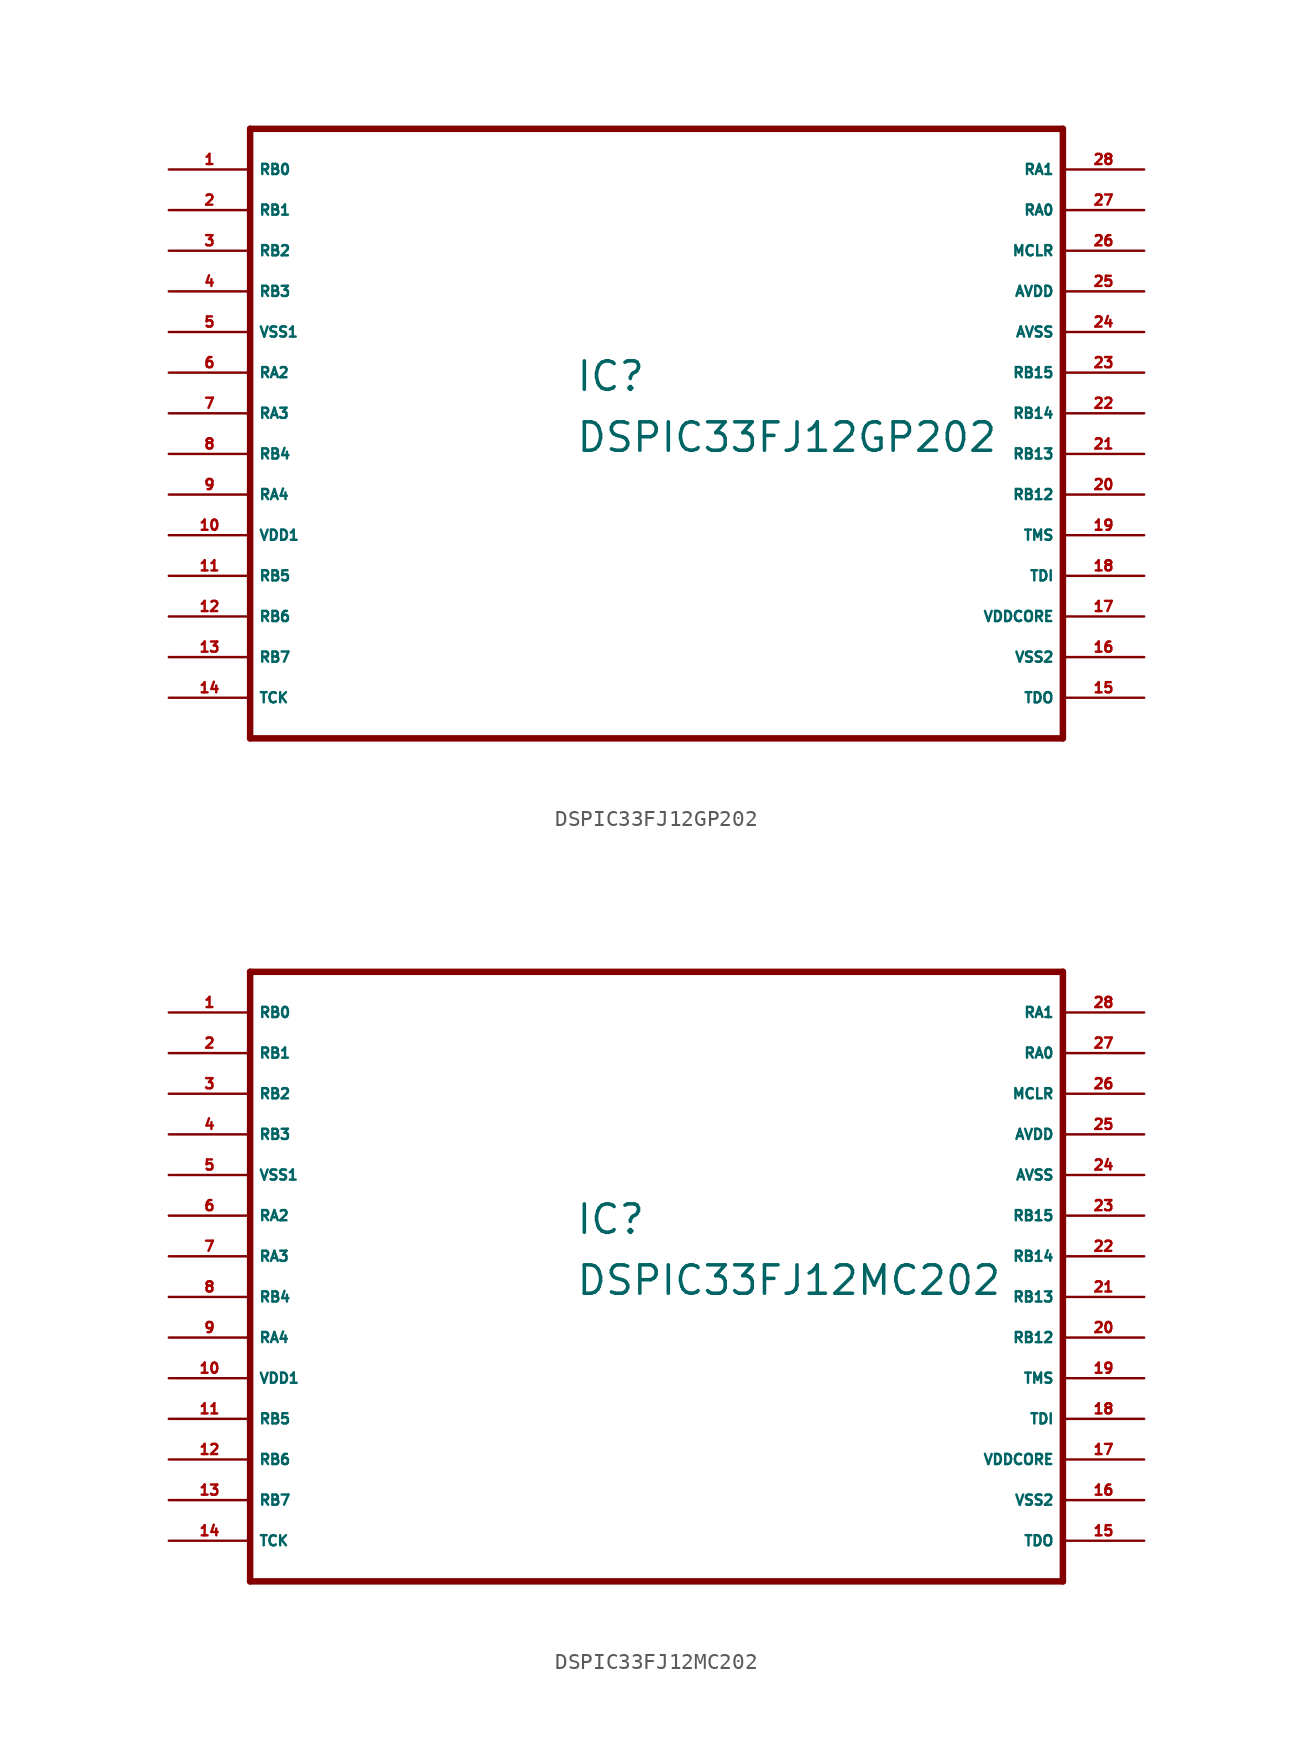
<source format=kicad_sym>
(kicad_symbol_lib
  (version 20220914)
  (generator Eagle2Kicad)
  (symbol "DSPIC33FJ12GP202"
    (property "Reference" "IC"
      (at -5.08 1.27 0)
      (effects (font (size 1.778 1.778) (thickness 0.22)) (justify left bottom)))
    (property "Value" "DSPIC33FJ12GP202"
      (at -5.08 -2.54 0)
      (effects (font (size 1.778 1.778) (thickness 0.22)) (justify left bottom)))
    (polyline
      (pts (xy -25.4 -20.32) (xy 25.4 -20.32))
      (stroke (width 0.406) (type default))
      (fill (type none)))
    (polyline
      (pts (xy 25.4 -20.32) (xy 25.4 17.78))
      (stroke (width 0.406) (type default))
      (fill (type none)))
    (polyline
      (pts (xy 25.4 17.78) (xy -25.4 17.78))
      (stroke (width 0.406) (type default))
      (fill (type none)))
    (polyline
      (pts (xy -25.4 17.78) (xy -25.4 -20.32))
      (stroke (width 0.406) (type default))
      (fill (type none)))
    (pin bidirectional line
      (at -30.48 15.24 0)
      (length 5.08)
      (name "RB0" (effects (font (size 0.635 0.635) (thickness 0.08)) (justify left bottom)))
      (number "1" (effects (font (size 0.635 0.635) (thickness 0.08)) (justify left bottom))))
    (pin bidirectional line
      (at -30.48 12.7 0)
      (length 5.08)
      (name "RB1" (effects (font (size 0.635 0.635) (thickness 0.08)) (justify left bottom)))
      (number "2" (effects (font (size 0.635 0.635) (thickness 0.08)) (justify left bottom))))
    (pin bidirectional line
      (at -30.48 10.16 0)
      (length 5.08)
      (name "RB2" (effects (font (size 0.635 0.635) (thickness 0.08)) (justify left bottom)))
      (number "3" (effects (font (size 0.635 0.635) (thickness 0.08)) (justify left bottom))))
    (pin bidirectional line
      (at -30.48 7.62 0)
      (length 5.08)
      (name "RB3" (effects (font (size 0.635 0.635) (thickness 0.08)) (justify left bottom)))
      (number "4" (effects (font (size 0.635 0.635) (thickness 0.08)) (justify left bottom))))
    (pin unspecified line
      (at -30.48 5.08 0)
      (length 5.08)
      (name "VSS1" (effects (font (size 0.635 0.635) (thickness 0.08)) (justify left bottom)))
      (number "5" (effects (font (size 0.635 0.635) (thickness 0.08)) (justify left bottom))))
    (pin bidirectional line
      (at -30.48 2.54 0)
      (length 5.08)
      (name "RA2" (effects (font (size 0.635 0.635) (thickness 0.08)) (justify left bottom)))
      (number "6" (effects (font (size 0.635 0.635) (thickness 0.08)) (justify left bottom))))
    (pin bidirectional line
      (at -30.48 0 0)
      (length 5.08)
      (name "RA3" (effects (font (size 0.635 0.635) (thickness 0.08)) (justify left bottom)))
      (number "7" (effects (font (size 0.635 0.635) (thickness 0.08)) (justify left bottom))))
    (pin bidirectional line
      (at -30.48 -2.54 0)
      (length 5.08)
      (name "RB4" (effects (font (size 0.635 0.635) (thickness 0.08)) (justify left bottom)))
      (number "8" (effects (font (size 0.635 0.635) (thickness 0.08)) (justify left bottom))))
    (pin bidirectional line
      (at -30.48 -5.08 0)
      (length 5.08)
      (name "RA4" (effects (font (size 0.635 0.635) (thickness 0.08)) (justify left bottom)))
      (number "9" (effects (font (size 0.635 0.635) (thickness 0.08)) (justify left bottom))))
    (pin unspecified line
      (at -30.48 -7.62 0)
      (length 5.08)
      (name "VDD1" (effects (font (size 0.635 0.635) (thickness 0.08)) (justify left bottom)))
      (number "10" (effects (font (size 0.635 0.635) (thickness 0.08)) (justify left bottom))))
    (pin bidirectional line
      (at -30.48 -10.16 0)
      (length 5.08)
      (name "RB5" (effects (font (size 0.635 0.635) (thickness 0.08)) (justify left bottom)))
      (number "11" (effects (font (size 0.635 0.635) (thickness 0.08)) (justify left bottom))))
    (pin bidirectional line
      (at -30.48 -12.7 0)
      (length 5.08)
      (name "RB6" (effects (font (size 0.635 0.635) (thickness 0.08)) (justify left bottom)))
      (number "12" (effects (font (size 0.635 0.635) (thickness 0.08)) (justify left bottom))))
    (pin bidirectional line
      (at -30.48 -15.24 0)
      (length 5.08)
      (name "RB7" (effects (font (size 0.635 0.635) (thickness 0.08)) (justify left bottom)))
      (number "13" (effects (font (size 0.635 0.635) (thickness 0.08)) (justify left bottom))))
    (pin input line
      (at -30.48 -17.78 0)
      (length 5.08)
      (name "TCK" (effects (font (size 0.635 0.635) (thickness 0.08)) (justify left bottom)))
      (number "14" (effects (font (size 0.635 0.635) (thickness 0.08)) (justify left bottom))))
    (pin output line
      (at 30.48 -17.78 180)
      (length 5.08)
      (name "TDO" (effects (font (size 0.635 0.635) (thickness 0.08)) (justify left bottom)))
      (number "15" (effects (font (size 0.635 0.635) (thickness 0.08)) (justify left bottom))))
    (pin unspecified line
      (at 30.48 -15.24 180)
      (length 5.08)
      (name "VSS2" (effects (font (size 0.635 0.635) (thickness 0.08)) (justify left bottom)))
      (number "16" (effects (font (size 0.635 0.635) (thickness 0.08)) (justify left bottom))))
    (pin unspecified line
      (at 30.48 -12.7 180)
      (length 5.08)
      (name "VDDCORE" (effects (font (size 0.635 0.635) (thickness 0.08)) (justify left bottom)))
      (number "17" (effects (font (size 0.635 0.635) (thickness 0.08)) (justify left bottom))))
    (pin input line
      (at 30.48 -10.16 180)
      (length 5.08)
      (name "TDI" (effects (font (size 0.635 0.635) (thickness 0.08)) (justify left bottom)))
      (number "18" (effects (font (size 0.635 0.635) (thickness 0.08)) (justify left bottom))))
    (pin input line
      (at 30.48 -7.62 180)
      (length 5.08)
      (name "TMS" (effects (font (size 0.635 0.635) (thickness 0.08)) (justify left bottom)))
      (number "19" (effects (font (size 0.635 0.635) (thickness 0.08)) (justify left bottom))))
    (pin bidirectional line
      (at 30.48 -5.08 180)
      (length 5.08)
      (name "RB12" (effects (font (size 0.635 0.635) (thickness 0.08)) (justify left bottom)))
      (number "20" (effects (font (size 0.635 0.635) (thickness 0.08)) (justify left bottom))))
    (pin bidirectional line
      (at 30.48 -2.54 180)
      (length 5.08)
      (name "RB13" (effects (font (size 0.635 0.635) (thickness 0.08)) (justify left bottom)))
      (number "21" (effects (font (size 0.635 0.635) (thickness 0.08)) (justify left bottom))))
    (pin bidirectional line
      (at 30.48 0 180)
      (length 5.08)
      (name "RB14" (effects (font (size 0.635 0.635) (thickness 0.08)) (justify left bottom)))
      (number "22" (effects (font (size 0.635 0.635) (thickness 0.08)) (justify left bottom))))
    (pin bidirectional line
      (at 30.48 2.54 180)
      (length 5.08)
      (name "RB15" (effects (font (size 0.635 0.635) (thickness 0.08)) (justify left bottom)))
      (number "23" (effects (font (size 0.635 0.635) (thickness 0.08)) (justify left bottom))))
    (pin unspecified line
      (at 30.48 5.08 180)
      (length 5.08)
      (name "AVSS" (effects (font (size 0.635 0.635) (thickness 0.08)) (justify left bottom)))
      (number "24" (effects (font (size 0.635 0.635) (thickness 0.08)) (justify left bottom))))
    (pin unspecified line
      (at 30.48 7.62 180)
      (length 5.08)
      (name "AVDD" (effects (font (size 0.635 0.635) (thickness 0.08)) (justify left bottom)))
      (number "25" (effects (font (size 0.635 0.635) (thickness 0.08)) (justify left bottom))))
    (pin bidirectional line
      (at 30.48 10.16 180)
      (length 5.08)
      (name "MCLR" (effects (font (size 0.635 0.635) (thickness 0.08)) (justify left bottom)))
      (number "26" (effects (font (size 0.635 0.635) (thickness 0.08)) (justify left bottom))))
    (pin bidirectional line
      (at 30.48 12.7 180)
      (length 5.08)
      (name "RA0" (effects (font (size 0.635 0.635) (thickness 0.08)) (justify left bottom)))
      (number "27" (effects (font (size 0.635 0.635) (thickness 0.08)) (justify left bottom))))
    (pin bidirectional line
      (at 30.48 15.24 180)
      (length 5.08)
      (name "RA1" (effects (font (size 0.635 0.635) (thickness 0.08)) (justify left bottom)))
      (number "28" (effects (font (size 0.635 0.635) (thickness 0.08)) (justify left bottom)))))
  (symbol "DSPIC33FJ12MC202"
    (property "Reference" "IC"
      (at -5.08 1.27 0)
      (effects (font (size 1.778 1.778) (thickness 0.22)) (justify left bottom)))
    (property "Value" "DSPIC33FJ12MC202"
      (at -5.08 -2.54 0)
      (effects (font (size 1.778 1.778) (thickness 0.22)) (justify left bottom)))
    (polyline
      (pts (xy -25.4 -20.32) (xy 25.4 -20.32))
      (stroke (width 0.406) (type default))
      (fill (type none)))
    (polyline
      (pts (xy 25.4 -20.32) (xy 25.4 17.78))
      (stroke (width 0.406) (type default))
      (fill (type none)))
    (polyline
      (pts (xy 25.4 17.78) (xy -25.4 17.78))
      (stroke (width 0.406) (type default))
      (fill (type none)))
    (polyline
      (pts (xy -25.4 17.78) (xy -25.4 -20.32))
      (stroke (width 0.406) (type default))
      (fill (type none)))
    (pin bidirectional line
      (at -30.48 15.24 0)
      (length 5.08)
      (name "RB0" (effects (font (size 0.635 0.635) (thickness 0.08)) (justify left bottom)))
      (number "1" (effects (font (size 0.635 0.635) (thickness 0.08)) (justify left bottom))))
    (pin bidirectional line
      (at -30.48 12.7 0)
      (length 5.08)
      (name "RB1" (effects (font (size 0.635 0.635) (thickness 0.08)) (justify left bottom)))
      (number "2" (effects (font (size 0.635 0.635) (thickness 0.08)) (justify left bottom))))
    (pin bidirectional line
      (at -30.48 10.16 0)
      (length 5.08)
      (name "RB2" (effects (font (size 0.635 0.635) (thickness 0.08)) (justify left bottom)))
      (number "3" (effects (font (size 0.635 0.635) (thickness 0.08)) (justify left bottom))))
    (pin bidirectional line
      (at -30.48 7.62 0)
      (length 5.08)
      (name "RB3" (effects (font (size 0.635 0.635) (thickness 0.08)) (justify left bottom)))
      (number "4" (effects (font (size 0.635 0.635) (thickness 0.08)) (justify left bottom))))
    (pin unspecified line
      (at -30.48 5.08 0)
      (length 5.08)
      (name "VSS1" (effects (font (size 0.635 0.635) (thickness 0.08)) (justify left bottom)))
      (number "5" (effects (font (size 0.635 0.635) (thickness 0.08)) (justify left bottom))))
    (pin bidirectional line
      (at -30.48 2.54 0)
      (length 5.08)
      (name "RA2" (effects (font (size 0.635 0.635) (thickness 0.08)) (justify left bottom)))
      (number "6" (effects (font (size 0.635 0.635) (thickness 0.08)) (justify left bottom))))
    (pin bidirectional line
      (at -30.48 0 0)
      (length 5.08)
      (name "RA3" (effects (font (size 0.635 0.635) (thickness 0.08)) (justify left bottom)))
      (number "7" (effects (font (size 0.635 0.635) (thickness 0.08)) (justify left bottom))))
    (pin bidirectional line
      (at -30.48 -2.54 0)
      (length 5.08)
      (name "RB4" (effects (font (size 0.635 0.635) (thickness 0.08)) (justify left bottom)))
      (number "8" (effects (font (size 0.635 0.635) (thickness 0.08)) (justify left bottom))))
    (pin bidirectional line
      (at -30.48 -5.08 0)
      (length 5.08)
      (name "RA4" (effects (font (size 0.635 0.635) (thickness 0.08)) (justify left bottom)))
      (number "9" (effects (font (size 0.635 0.635) (thickness 0.08)) (justify left bottom))))
    (pin unspecified line
      (at -30.48 -7.62 0)
      (length 5.08)
      (name "VDD1" (effects (font (size 0.635 0.635) (thickness 0.08)) (justify left bottom)))
      (number "10" (effects (font (size 0.635 0.635) (thickness 0.08)) (justify left bottom))))
    (pin bidirectional line
      (at -30.48 -10.16 0)
      (length 5.08)
      (name "RB5" (effects (font (size 0.635 0.635) (thickness 0.08)) (justify left bottom)))
      (number "11" (effects (font (size 0.635 0.635) (thickness 0.08)) (justify left bottom))))
    (pin bidirectional line
      (at -30.48 -12.7 0)
      (length 5.08)
      (name "RB6" (effects (font (size 0.635 0.635) (thickness 0.08)) (justify left bottom)))
      (number "12" (effects (font (size 0.635 0.635) (thickness 0.08)) (justify left bottom))))
    (pin bidirectional line
      (at -30.48 -15.24 0)
      (length 5.08)
      (name "RB7" (effects (font (size 0.635 0.635) (thickness 0.08)) (justify left bottom)))
      (number "13" (effects (font (size 0.635 0.635) (thickness 0.08)) (justify left bottom))))
    (pin input line
      (at -30.48 -17.78 0)
      (length 5.08)
      (name "TCK" (effects (font (size 0.635 0.635) (thickness 0.08)) (justify left bottom)))
      (number "14" (effects (font (size 0.635 0.635) (thickness 0.08)) (justify left bottom))))
    (pin output line
      (at 30.48 -17.78 180)
      (length 5.08)
      (name "TDO" (effects (font (size 0.635 0.635) (thickness 0.08)) (justify left bottom)))
      (number "15" (effects (font (size 0.635 0.635) (thickness 0.08)) (justify left bottom))))
    (pin unspecified line
      (at 30.48 -15.24 180)
      (length 5.08)
      (name "VSS2" (effects (font (size 0.635 0.635) (thickness 0.08)) (justify left bottom)))
      (number "16" (effects (font (size 0.635 0.635) (thickness 0.08)) (justify left bottom))))
    (pin unspecified line
      (at 30.48 -12.7 180)
      (length 5.08)
      (name "VDDCORE" (effects (font (size 0.635 0.635) (thickness 0.08)) (justify left bottom)))
      (number "17" (effects (font (size 0.635 0.635) (thickness 0.08)) (justify left bottom))))
    (pin input line
      (at 30.48 -10.16 180)
      (length 5.08)
      (name "TDI" (effects (font (size 0.635 0.635) (thickness 0.08)) (justify left bottom)))
      (number "18" (effects (font (size 0.635 0.635) (thickness 0.08)) (justify left bottom))))
    (pin input line
      (at 30.48 -7.62 180)
      (length 5.08)
      (name "TMS" (effects (font (size 0.635 0.635) (thickness 0.08)) (justify left bottom)))
      (number "19" (effects (font (size 0.635 0.635) (thickness 0.08)) (justify left bottom))))
    (pin bidirectional line
      (at 30.48 -5.08 180)
      (length 5.08)
      (name "RB12" (effects (font (size 0.635 0.635) (thickness 0.08)) (justify left bottom)))
      (number "20" (effects (font (size 0.635 0.635) (thickness 0.08)) (justify left bottom))))
    (pin bidirectional line
      (at 30.48 -2.54 180)
      (length 5.08)
      (name "RB13" (effects (font (size 0.635 0.635) (thickness 0.08)) (justify left bottom)))
      (number "21" (effects (font (size 0.635 0.635) (thickness 0.08)) (justify left bottom))))
    (pin bidirectional line
      (at 30.48 0 180)
      (length 5.08)
      (name "RB14" (effects (font (size 0.635 0.635) (thickness 0.08)) (justify left bottom)))
      (number "22" (effects (font (size 0.635 0.635) (thickness 0.08)) (justify left bottom))))
    (pin bidirectional line
      (at 30.48 2.54 180)
      (length 5.08)
      (name "RB15" (effects (font (size 0.635 0.635) (thickness 0.08)) (justify left bottom)))
      (number "23" (effects (font (size 0.635 0.635) (thickness 0.08)) (justify left bottom))))
    (pin unspecified line
      (at 30.48 5.08 180)
      (length 5.08)
      (name "AVSS" (effects (font (size 0.635 0.635) (thickness 0.08)) (justify left bottom)))
      (number "24" (effects (font (size 0.635 0.635) (thickness 0.08)) (justify left bottom))))
    (pin unspecified line
      (at 30.48 7.62 180)
      (length 5.08)
      (name "AVDD" (effects (font (size 0.635 0.635) (thickness 0.08)) (justify left bottom)))
      (number "25" (effects (font (size 0.635 0.635) (thickness 0.08)) (justify left bottom))))
    (pin bidirectional line
      (at 30.48 10.16 180)
      (length 5.08)
      (name "MCLR" (effects (font (size 0.635 0.635) (thickness 0.08)) (justify left bottom)))
      (number "26" (effects (font (size 0.635 0.635) (thickness 0.08)) (justify left bottom))))
    (pin bidirectional line
      (at 30.48 12.7 180)
      (length 5.08)
      (name "RA0" (effects (font (size 0.635 0.635) (thickness 0.08)) (justify left bottom)))
      (number "27" (effects (font (size 0.635 0.635) (thickness 0.08)) (justify left bottom))))
    (pin bidirectional line
      (at 30.48 15.24 180)
      (length 5.08)
      (name "RA1" (effects (font (size 0.635 0.635) (thickness 0.08)) (justify left bottom)))
      (number "28" (effects (font (size 0.635 0.635) (thickness 0.08)) (justify left bottom))))))
</source>
